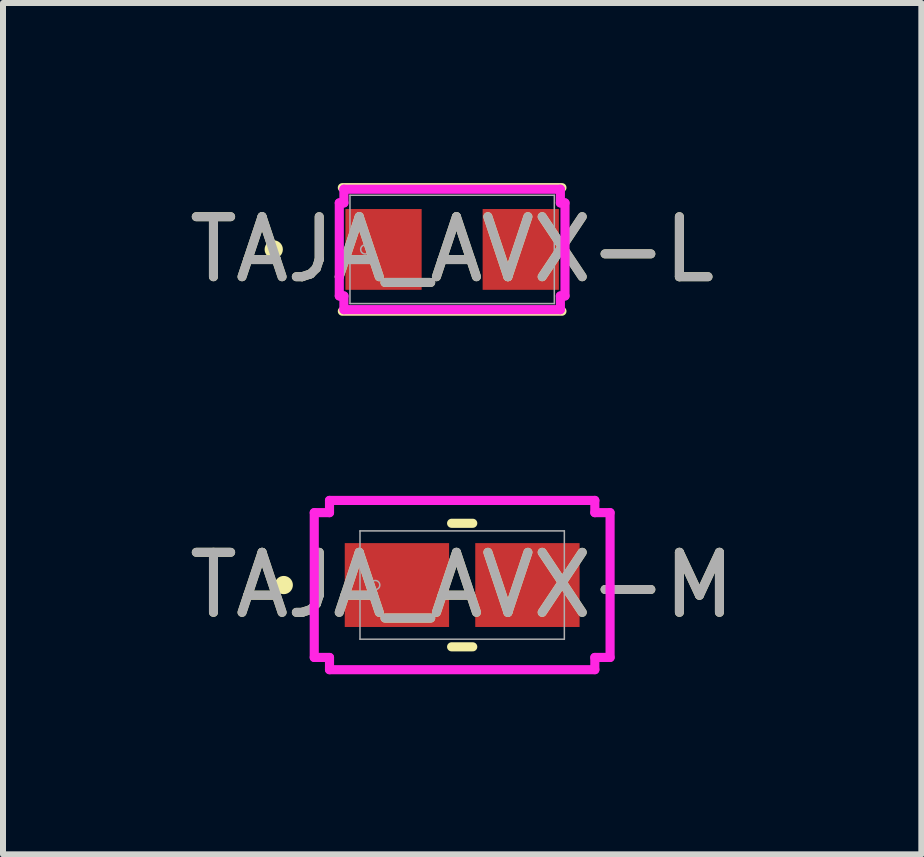
<source format=kicad_pcb>
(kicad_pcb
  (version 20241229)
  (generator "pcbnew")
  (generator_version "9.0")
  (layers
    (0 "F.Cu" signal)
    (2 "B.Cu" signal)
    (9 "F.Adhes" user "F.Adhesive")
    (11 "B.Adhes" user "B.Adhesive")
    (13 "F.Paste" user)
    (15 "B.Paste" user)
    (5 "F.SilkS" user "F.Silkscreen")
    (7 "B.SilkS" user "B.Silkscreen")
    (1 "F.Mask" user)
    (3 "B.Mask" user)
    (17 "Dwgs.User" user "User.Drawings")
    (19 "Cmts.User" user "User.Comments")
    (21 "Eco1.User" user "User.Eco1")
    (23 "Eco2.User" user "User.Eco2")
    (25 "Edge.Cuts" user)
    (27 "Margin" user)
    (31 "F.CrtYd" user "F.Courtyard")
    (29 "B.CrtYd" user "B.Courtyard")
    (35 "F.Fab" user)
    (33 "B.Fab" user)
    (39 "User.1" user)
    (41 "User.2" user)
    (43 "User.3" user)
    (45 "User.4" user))
  (footprint "TAJA_AVX-L"
    (layer "F.Cu")
    (at 4.482 1.105)
    (property "Reference" "TAJA_AVX-L" (at 0 0 0) (unlocked yes) (layer "F.SilkS") (effects (font (size 1 1) (thickness 0.15))))
    (attr smd)
    (fp_line (start -1.829 1.029) (end 1.829 1.029) (stroke (width 0.152) (type solid)) (layer "F.SilkS"))
    (fp_line (start 1.829 -1.029) (end -1.829 -1.029) (stroke (width 0.152) (type solid)) (layer "F.SilkS"))
    (fp_circle (center -2.972 0) (end -2.896 0) (stroke (width 0.152) (type solid)) (fill no) (layer "F.SilkS"))
    (fp_line (start -1.88 -0.775) (end -1.803 -0.775) (stroke (width 0.152) (type solid)) (layer "F.CrtYd"))
    (fp_line (start -1.88 0.775) (end -1.88 -0.775) (stroke (width 0.152) (type solid)) (layer "F.CrtYd"))
    (fp_line (start -1.803 -1.003) (end 1.803 -1.003) (stroke (width 0.152) (type solid)) (layer "F.CrtYd"))
    (fp_line (start -1.803 -0.775) (end -1.803 -1.003) (stroke (width 0.152) (type solid)) (layer "F.CrtYd"))
    (fp_line (start -1.803 0.775) (end -1.88 0.775) (stroke (width 0.152) (type solid)) (layer "F.CrtYd"))
    (fp_line (start -1.803 1.003) (end -1.803 0.775) (stroke (width 0.152) (type solid)) (layer "F.CrtYd"))
    (fp_line (start 1.803 -1.003) (end 1.803 -0.775) (stroke (width 0.152) (type solid)) (layer "F.CrtYd"))
    (fp_line (start 1.803 -0.775) (end 1.88 -0.775) (stroke (width 0.152) (type solid)) (layer "F.CrtYd"))
    (fp_line (start 1.803 0.775) (end 1.803 1.003) (stroke (width 0.152) (type solid)) (layer "F.CrtYd"))
    (fp_line (start 1.803 1.003) (end -1.803 1.003) (stroke (width 0.152) (type solid)) (layer "F.CrtYd"))
    (fp_line (start 1.88 -0.775) (end 1.88 0.775) (stroke (width 0.152) (type solid)) (layer "F.CrtYd"))
    (fp_line (start 1.88 0.775) (end 1.803 0.775) (stroke (width 0.152) (type solid)) (layer "F.CrtYd"))
    (fp_line (start -1.702 -0.902) (end -1.702 0.902) (stroke (width 0.025) (type solid)) (layer "F.Fab"))
    (fp_line (start -1.702 0.902) (end 1.702 0.902) (stroke (width 0.025) (type solid)) (layer "F.Fab"))
    (fp_line (start 1.702 -0.902) (end -1.702 -0.902) (stroke (width 0.025) (type solid)) (layer "F.Fab"))
    (fp_line (start 1.702 0.902) (end 1.702 -0.902) (stroke (width 0.025) (type solid)) (layer "F.Fab"))
    (fp_circle (center -1.448 0) (end -1.372 0) (stroke (width 0.025) (type solid)) (fill no) (layer "F.Fab"))
    (fp_text user "${REFERENCE}" (at 0 0 0) (unlocked yes) (layer "F.Fab") (effects (font (size 1 1) (thickness 0.15))))
    (pad "1" smd rect (at -1.143 0 90) (size 1.346 1.27) (layers "F.Cu" "F.Mask" "F.Paste"))
    (pad "2" smd rect (at 1.143 0 90) (size 1.346 1.27) (layers "F.Cu" "F.Mask" "F.Paste"))
    (zone (net_name "") (layer "F.Cu") (hatch full 0.508) (connect_pads) (min_thickness 0.254) (filled_areas_thickness no) (keepout (tracks not_allowed) (vias not_allowed) (pads allowed) (copperpour not_allowed) (footprints allowed)) (placement (enabled no)) (fill) (polygon (pts (xy 2.831 0.254) (xy 6.133 0.254) (xy 6.133 0.356) (xy 2.831 0.356))))
    (zone (net_name "") (layer "F.Cu") (hatch full 0.508) (connect_pads) (min_thickness 0.254) (filled_areas_thickness no) (keepout (tracks not_allowed) (vias not_allowed) (pads allowed) (copperpour not_allowed) (footprints allowed)) (placement (enabled no)) (fill) (polygon (pts (xy 2.831 1.854) (xy 6.133 1.854) (xy 6.133 1.956) (xy 2.831 1.956))))
    (zone (net_name "") (layer "F.Cu") (hatch full 0.508) (connect_pads) (min_thickness 0.254) (filled_areas_thickness no) (keepout (tracks not_allowed) (vias not_allowed) (pads allowed) (copperpour not_allowed) (footprints allowed)) (placement (enabled no)) (fill) (polygon (pts (xy 4.025 0.356) (xy 4.94 0.356) (xy 4.94 1.854) (xy 4.025 1.854)))))
  (footprint "TAJA_AVX-M"
    (layer "F.Cu")
    (at 4.649 6.696)
    (property "Reference" "TAJA_AVX-M" (at 0 0 0) (unlocked yes) (layer "F.SilkS") (effects (font (size 1 1) (thickness 0.15))))
    (attr smd)
    (fp_line (start -0.176 1.029) (end 0.176 1.029) (stroke (width 0.152) (type solid)) (layer "F.SilkS"))
    (fp_line (start 0.176 -1.029) (end -0.176 -1.029) (stroke (width 0.152) (type solid)) (layer "F.SilkS"))
    (fp_circle (center -2.972 0) (end -2.896 0) (stroke (width 0.152) (type solid)) (fill no) (layer "F.SilkS"))
    (fp_line (start -2.464 -1.206) (end -2.21 -1.206) (stroke (width 0.152) (type solid)) (layer "F.CrtYd"))
    (fp_line (start -2.464 1.206) (end -2.464 -1.206) (stroke (width 0.152) (type solid)) (layer "F.CrtYd"))
    (fp_line (start -2.21 -1.41) (end 2.21 -1.41) (stroke (width 0.152) (type solid)) (layer "F.CrtYd"))
    (fp_line (start -2.21 -1.206) (end -2.21 -1.41) (stroke (width 0.152) (type solid)) (layer "F.CrtYd"))
    (fp_line (start -2.21 1.206) (end -2.464 1.206) (stroke (width 0.152) (type solid)) (layer "F.CrtYd"))
    (fp_line (start -2.21 1.41) (end -2.21 1.206) (stroke (width 0.152) (type solid)) (layer "F.CrtYd"))
    (fp_line (start 2.21 -1.41) (end 2.21 -1.206) (stroke (width 0.152) (type solid)) (layer "F.CrtYd"))
    (fp_line (start 2.21 -1.206) (end 2.464 -1.206) (stroke (width 0.152) (type solid)) (layer "F.CrtYd"))
    (fp_line (start 2.21 1.206) (end 2.21 1.41) (stroke (width 0.152) (type solid)) (layer "F.CrtYd"))
    (fp_line (start 2.21 1.41) (end -2.21 1.41) (stroke (width 0.152) (type solid)) (layer "F.CrtYd"))
    (fp_line (start 2.464 -1.206) (end 2.464 1.206) (stroke (width 0.152) (type solid)) (layer "F.CrtYd"))
    (fp_line (start 2.464 1.206) (end 2.21 1.206) (stroke (width 0.152) (type solid)) (layer "F.CrtYd"))
    (fp_line (start -1.702 -0.902) (end -1.702 0.902) (stroke (width 0.025) (type solid)) (layer "F.Fab"))
    (fp_line (start -1.702 0.902) (end 1.702 0.902) (stroke (width 0.025) (type solid)) (layer "F.Fab"))
    (fp_line (start 1.702 -0.902) (end -1.702 -0.902) (stroke (width 0.025) (type solid)) (layer "F.Fab"))
    (fp_line (start 1.702 0.902) (end 1.702 -0.902) (stroke (width 0.025) (type solid)) (layer "F.Fab"))
    (fp_circle (center -1.448 0) (end -1.372 0) (stroke (width 0.025) (type solid)) (fill no) (layer "F.Fab"))
    (fp_text user "${REFERENCE}" (at 0 0 0) (unlocked yes) (layer "F.Fab") (effects (font (size 1 1) (thickness 0.15))))
    (pad "1" smd rect (at -1.087 0 90) (size 1.397 1.738) (layers "F.Cu" "F.Mask" "F.Paste"))
    (pad "2" smd rect (at 1.087 0 90) (size 1.397 1.738) (layers "F.Cu" "F.Mask" "F.Paste"))
    (zone (net_name "") (layer "F.Cu") (hatch full 0.508) (connect_pads) (min_thickness 0.254) (filled_areas_thickness no) (keepout (tracks not_allowed) (vias not_allowed) (pads allowed) (copperpour not_allowed) (footprints allowed)) (placement (enabled no)) (fill) (polygon (pts (xy 2.998 5.845) (xy 6.3 5.845) (xy 6.3 5.946) (xy 2.998 5.946))))
    (zone (net_name "") (layer "F.Cu") (hatch full 0.508) (connect_pads) (min_thickness 0.254) (filled_areas_thickness no) (keepout (tracks not_allowed) (vias not_allowed) (pads allowed) (copperpour not_allowed) (footprints allowed)) (placement (enabled no)) (fill) (polygon (pts (xy 2.998 7.445) (xy 6.3 7.445) (xy 6.3 7.547) (xy 2.998 7.547))))
    (zone (net_name "") (layer "F.Cu") (hatch full 0.508) (connect_pads) (min_thickness 0.254) (filled_areas_thickness no) (keepout (tracks not_allowed) (vias not_allowed) (pads allowed) (copperpour not_allowed) (footprints allowed)) (placement (enabled no)) (fill) (polygon (pts (xy 4.482 5.946) (xy 4.816 5.946) (xy 4.816 7.445) (xy 4.482 7.445)))))
  (gr_rect
    (start -3 -3)
    (end 12.298 11.182)
    (stroke (width 0.1) (type default))
    (fill no)
    (layer "Edge.Cuts")))
</source>
